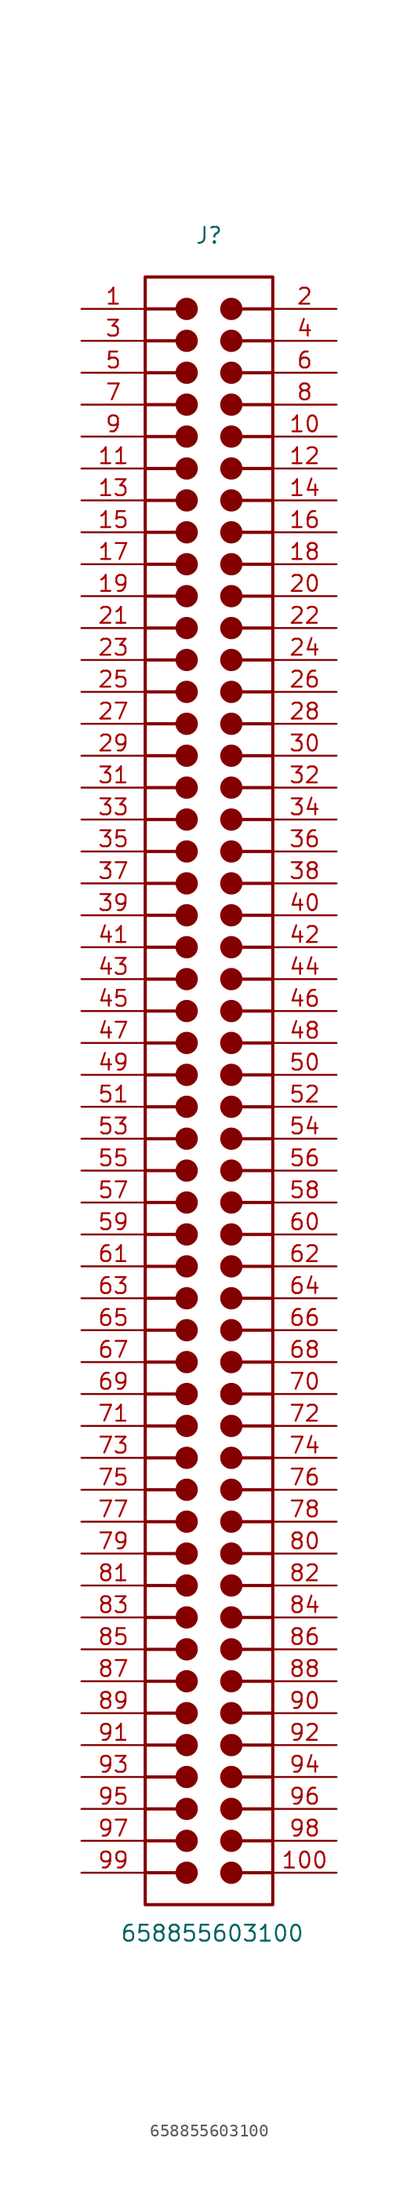
<source format=kicad_sym>
(kicad_symbol_lib
  (version 20241209)
  (generator "kicad_symbol_editor")
  (generator_version "9.0")
  (symbol "658855603100"
    (pin_names
      (hide yes))
    (property "Reference" "J"
      (at 0 66.802 0)
      (effects (font (size 1.27 1.27))))
    (property "Value" "658855603100"
      (at 0.254 -68.326 0)
      (effects (font (size 1.27 1.27))))
    (symbol "658855603100_1_1"
      (rectangle (start -5.08 63.5) (end 5.08 -66.04) (stroke (width 0.254) (type solid)) (fill (type none)))
      (polyline (pts (xy -5.08 60.96) (xy -2.54 60.96)) (stroke (width 0.254) (type solid)) (fill (type none)))
      (polyline (pts (xy -5.08 58.42) (xy -2.54 58.42)) (stroke (width 0.254) (type solid)) (fill (type none)))
      (polyline (pts (xy -5.08 55.88) (xy -2.54 55.88)) (stroke (width 0.254) (type solid)) (fill (type none)))
      (polyline (pts (xy -5.08 53.34) (xy -2.54 53.34)) (stroke (width 0.254) (type solid)) (fill (type none)))
      (polyline (pts (xy -5.08 50.8) (xy -2.54 50.8)) (stroke (width 0.254) (type solid)) (fill (type none)))
      (polyline (pts (xy -5.08 48.26) (xy -2.54 48.26)) (stroke (width 0.254) (type solid)) (fill (type none)))
      (polyline (pts (xy -5.08 45.72) (xy -2.54 45.72)) (stroke (width 0.254) (type solid)) (fill (type none)))
      (polyline (pts (xy -5.08 43.18) (xy -2.54 43.18)) (stroke (width 0.254) (type solid)) (fill (type none)))
      (polyline (pts (xy -5.08 40.64) (xy -2.54 40.64)) (stroke (width 0.254) (type solid)) (fill (type none)))
      (polyline (pts (xy -5.08 38.1) (xy -2.54 38.1)) (stroke (width 0.254) (type solid)) (fill (type none)))
      (polyline (pts (xy -5.08 35.56) (xy -2.54 35.56)) (stroke (width 0.254) (type solid)) (fill (type none)))
      (polyline (pts (xy -5.08 33.02) (xy -2.54 33.02)) (stroke (width 0.254) (type solid)) (fill (type none)))
      (polyline (pts (xy -5.08 30.48) (xy -2.54 30.48)) (stroke (width 0.254) (type solid)) (fill (type none)))
      (polyline (pts (xy -5.08 27.94) (xy -2.54 27.94)) (stroke (width 0.254) (type solid)) (fill (type none)))
      (polyline (pts (xy -5.08 25.4) (xy -2.54 25.4)) (stroke (width 0.254) (type solid)) (fill (type none)))
      (polyline (pts (xy -5.08 22.86) (xy -2.54 22.86)) (stroke (width 0.254) (type solid)) (fill (type none)))
      (polyline (pts (xy -5.08 20.32) (xy -2.54 20.32)) (stroke (width 0.254) (type solid)) (fill (type none)))
      (polyline (pts (xy -5.08 17.78) (xy -2.54 17.78)) (stroke (width 0.254) (type solid)) (fill (type none)))
      (polyline (pts (xy -5.08 15.24) (xy -2.54 15.24)) (stroke (width 0.254) (type solid)) (fill (type none)))
      (polyline (pts (xy -5.08 12.7) (xy -2.54 12.7)) (stroke (width 0.254) (type solid)) (fill (type none)))
      (polyline (pts (xy -5.08 10.16) (xy -2.54 10.16)) (stroke (width 0.254) (type solid)) (fill (type none)))
      (polyline (pts (xy -5.08 7.62) (xy -2.54 7.62)) (stroke (width 0.254) (type solid)) (fill (type none)))
      (polyline (pts (xy -5.08 5.08) (xy -2.54 5.08)) (stroke (width 0.254) (type solid)) (fill (type none)))
      (polyline (pts (xy -5.08 2.54) (xy -2.54 2.54)) (stroke (width 0.254) (type solid)) (fill (type none)))
      (polyline (pts (xy -5.08 0) (xy -2.54 0)) (stroke (width 0.254) (type solid)) (fill (type none)))
      (polyline (pts (xy -5.08 -2.54) (xy -2.54 -2.54)) (stroke (width 0.254) (type solid)) (fill (type none)))
      (polyline (pts (xy -5.08 -5.08) (xy -2.54 -5.08)) (stroke (width 0.254) (type solid)) (fill (type none)))
      (polyline (pts (xy -5.08 -7.62) (xy -2.54 -7.62)) (stroke (width 0.254) (type solid)) (fill (type none)))
      (polyline (pts (xy -5.08 -10.16) (xy -2.54 -10.16)) (stroke (width 0.254) (type solid)) (fill (type none)))
      (polyline (pts (xy -5.08 -12.7) (xy -2.54 -12.7)) (stroke (width 0.254) (type solid)) (fill (type none)))
      (polyline (pts (xy -5.08 -15.24) (xy -2.54 -15.24)) (stroke (width 0.254) (type solid)) (fill (type none)))
      (polyline (pts (xy -5.08 -17.78) (xy -2.54 -17.78)) (stroke (width 0.254) (type solid)) (fill (type none)))
      (polyline (pts (xy -5.08 -20.32) (xy -2.54 -20.32)) (stroke (width 0.254) (type solid)) (fill (type none)))
      (polyline (pts (xy -5.08 -22.86) (xy -2.54 -22.86)) (stroke (width 0.254) (type solid)) (fill (type none)))
      (polyline (pts (xy -5.08 -25.4) (xy -2.54 -25.4)) (stroke (width 0.254) (type solid)) (fill (type none)))
      (polyline (pts (xy -5.08 -27.94) (xy -2.54 -27.94)) (stroke (width 0.254) (type solid)) (fill (type none)))
      (polyline (pts (xy -5.08 -30.48) (xy -2.54 -30.48)) (stroke (width 0.254) (type solid)) (fill (type none)))
      (polyline (pts (xy -5.08 -33.02) (xy -2.54 -33.02)) (stroke (width 0.254) (type solid)) (fill (type none)))
      (polyline (pts (xy -5.08 -35.56) (xy -2.54 -35.56)) (stroke (width 0.254) (type solid)) (fill (type none)))
      (polyline (pts (xy -5.08 -38.1) (xy -2.54 -38.1)) (stroke (width 0.254) (type solid)) (fill (type none)))
      (polyline (pts (xy -5.08 -40.64) (xy -2.54 -40.64)) (stroke (width 0.254) (type solid)) (fill (type none)))
      (polyline (pts (xy -5.08 -43.18) (xy -2.54 -43.18)) (stroke (width 0.254) (type solid)) (fill (type none)))
      (polyline (pts (xy -5.08 -45.72) (xy -2.54 -45.72)) (stroke (width 0.254) (type solid)) (fill (type none)))
      (polyline (pts (xy -5.08 -48.26) (xy -2.54 -48.26)) (stroke (width 0.254) (type solid)) (fill (type none)))
      (polyline (pts (xy -5.08 -50.8) (xy -2.54 -50.8)) (stroke (width 0.254) (type solid)) (fill (type none)))
      (polyline (pts (xy -5.08 -53.34) (xy -2.54 -53.34)) (stroke (width 0.254) (type solid)) (fill (type none)))
      (polyline (pts (xy -5.08 -55.88) (xy -2.54 -55.88)) (stroke (width 0.254) (type solid)) (fill (type none)))
      (polyline (pts (xy -5.08 -58.42) (xy -2.54 -58.42)) (stroke (width 0.254) (type solid)) (fill (type none)))
      (polyline (pts (xy -5.08 -60.96) (xy -2.54 -60.96)) (stroke (width 0.254) (type solid)) (fill (type none)))
      (polyline (pts (xy -5.08 -63.5) (xy -2.54 -63.5)) (stroke (width 0.254) (type solid)) (fill (type none)))
      (circle (center -1.778 60.96) (radius 0.762) (stroke (width 0.254) (type solid)) (fill (type outline)))
      (circle (center -1.778 58.42) (radius 0.762) (stroke (width 0.254) (type solid)) (fill (type outline)))
      (circle (center -1.778 55.88) (radius 0.762) (stroke (width 0.254) (type solid)) (fill (type outline)))
      (circle (center -1.778 53.34) (radius 0.762) (stroke (width 0.254) (type solid)) (fill (type outline)))
      (circle (center -1.778 50.8) (radius 0.762) (stroke (width 0.254) (type solid)) (fill (type outline)))
      (circle (center -1.778 48.26) (radius 0.762) (stroke (width 0.254) (type solid)) (fill (type outline)))
      (circle (center -1.778 45.72) (radius 0.762) (stroke (width 0.254) (type solid)) (fill (type outline)))
      (circle (center -1.778 43.18) (radius 0.762) (stroke (width 0.254) (type solid)) (fill (type outline)))
      (circle (center -1.778 40.64) (radius 0.762) (stroke (width 0.254) (type solid)) (fill (type outline)))
      (circle (center -1.778 38.1) (radius 0.762) (stroke (width 0.254) (type solid)) (fill (type outline)))
      (circle (center -1.778 35.56) (radius 0.762) (stroke (width 0.254) (type solid)) (fill (type outline)))
      (circle (center -1.778 33.02) (radius 0.762) (stroke (width 0.254) (type solid)) (fill (type outline)))
      (circle (center -1.778 30.48) (radius 0.762) (stroke (width 0.254) (type solid)) (fill (type outline)))
      (circle (center -1.778 27.94) (radius 0.762) (stroke (width 0.254) (type solid)) (fill (type outline)))
      (circle (center -1.778 25.4) (radius 0.762) (stroke (width 0.254) (type solid)) (fill (type outline)))
      (circle (center -1.778 22.86) (radius 0.762) (stroke (width 0.254) (type solid)) (fill (type outline)))
      (circle (center -1.778 20.32) (radius 0.762) (stroke (width 0.254) (type solid)) (fill (type outline)))
      (circle (center -1.778 17.78) (radius 0.762) (stroke (width 0.254) (type solid)) (fill (type outline)))
      (circle (center -1.778 15.24) (radius 0.762) (stroke (width 0.254) (type solid)) (fill (type outline)))
      (circle (center -1.778 12.7) (radius 0.762) (stroke (width 0.254) (type solid)) (fill (type outline)))
      (circle (center -1.778 10.16) (radius 0.762) (stroke (width 0.254) (type solid)) (fill (type outline)))
      (circle (center -1.778 7.62) (radius 0.762) (stroke (width 0.254) (type solid)) (fill (type outline)))
      (circle (center -1.778 5.08) (radius 0.762) (stroke (width 0.254) (type solid)) (fill (type outline)))
      (circle (center -1.778 2.54) (radius 0.762) (stroke (width 0.254) (type solid)) (fill (type outline)))
      (circle (center -1.778 0) (radius 0.762) (stroke (width 0.254) (type solid)) (fill (type outline)))
      (circle (center -1.778 -2.54) (radius 0.762) (stroke (width 0.254) (type solid)) (fill (type outline)))
      (circle (center -1.778 -5.08) (radius 0.762) (stroke (width 0.254) (type solid)) (fill (type outline)))
      (circle (center -1.778 -7.62) (radius 0.762) (stroke (width 0.254) (type solid)) (fill (type outline)))
      (circle (center -1.778 -10.16) (radius 0.762) (stroke (width 0.254) (type solid)) (fill (type outline)))
      (circle (center -1.778 -12.7) (radius 0.762) (stroke (width 0.254) (type solid)) (fill (type outline)))
      (circle (center -1.778 -15.24) (radius 0.762) (stroke (width 0.254) (type solid)) (fill (type outline)))
      (circle (center -1.778 -17.78) (radius 0.762) (stroke (width 0.254) (type solid)) (fill (type outline)))
      (circle (center -1.778 -20.32) (radius 0.762) (stroke (width 0.254) (type solid)) (fill (type outline)))
      (circle (center -1.778 -22.86) (radius 0.762) (stroke (width 0.254) (type solid)) (fill (type outline)))
      (circle (center -1.778 -25.4) (radius 0.762) (stroke (width 0.254) (type solid)) (fill (type outline)))
      (circle (center -1.778 -27.94) (radius 0.762) (stroke (width 0.254) (type solid)) (fill (type outline)))
      (circle (center -1.778 -30.48) (radius 0.762) (stroke (width 0.254) (type solid)) (fill (type outline)))
      (circle (center -1.778 -33.02) (radius 0.762) (stroke (width 0.254) (type solid)) (fill (type outline)))
      (circle (center -1.778 -35.56) (radius 0.762) (stroke (width 0.254) (type solid)) (fill (type outline)))
      (circle (center -1.778 -38.1) (radius 0.762) (stroke (width 0.254) (type solid)) (fill (type outline)))
      (circle (center -1.778 -40.64) (radius 0.762) (stroke (width 0.254) (type solid)) (fill (type outline)))
      (circle (center -1.778 -43.18) (radius 0.762) (stroke (width 0.254) (type solid)) (fill (type outline)))
      (circle (center -1.778 -45.72) (radius 0.762) (stroke (width 0.254) (type solid)) (fill (type outline)))
      (circle (center -1.778 -48.26) (radius 0.762) (stroke (width 0.254) (type solid)) (fill (type outline)))
      (circle (center -1.778 -50.8) (radius 0.762) (stroke (width 0.254) (type solid)) (fill (type outline)))
      (circle (center -1.778 -53.34) (radius 0.762) (stroke (width 0.254) (type solid)) (fill (type outline)))
      (circle (center -1.778 -55.88) (radius 0.762) (stroke (width 0.254) (type solid)) (fill (type outline)))
      (circle (center -1.778 -58.42) (radius 0.762) (stroke (width 0.254) (type solid)) (fill (type outline)))
      (circle (center -1.778 -60.96) (radius 0.762) (stroke (width 0.254) (type solid)) (fill (type outline)))
      (circle (center -1.778 -63.5) (radius 0.762) (stroke (width 0.254) (type solid)) (fill (type outline)))
      (circle (center 1.778 60.96) (radius 0.762) (stroke (width 0.254) (type solid)) (fill (type outline)))
      (circle (center 1.778 58.42) (radius 0.762) (stroke (width 0.254) (type solid)) (fill (type outline)))
      (circle (center 1.778 55.88) (radius 0.762) (stroke (width 0.254) (type solid)) (fill (type outline)))
      (circle (center 1.778 53.34) (radius 0.762) (stroke (width 0.254) (type solid)) (fill (type outline)))
      (circle (center 1.778 50.8) (radius 0.762) (stroke (width 0.254) (type solid)) (fill (type outline)))
      (circle (center 1.778 48.26) (radius 0.762) (stroke (width 0.254) (type solid)) (fill (type outline)))
      (circle (center 1.778 45.72) (radius 0.762) (stroke (width 0.254) (type solid)) (fill (type outline)))
      (circle (center 1.778 43.18) (radius 0.762) (stroke (width 0.254) (type solid)) (fill (type outline)))
      (circle (center 1.778 40.64) (radius 0.762) (stroke (width 0.254) (type solid)) (fill (type outline)))
      (circle (center 1.778 38.1) (radius 0.762) (stroke (width 0.254) (type solid)) (fill (type outline)))
      (circle (center 1.778 35.56) (radius 0.762) (stroke (width 0.254) (type solid)) (fill (type outline)))
      (circle (center 1.778 33.02) (radius 0.762) (stroke (width 0.254) (type solid)) (fill (type outline)))
      (circle (center 1.778 30.48) (radius 0.762) (stroke (width 0.254) (type solid)) (fill (type outline)))
      (circle (center 1.778 27.94) (radius 0.762) (stroke (width 0.254) (type solid)) (fill (type outline)))
      (circle (center 1.778 25.4) (radius 0.762) (stroke (width 0.254) (type solid)) (fill (type outline)))
      (circle (center 1.778 22.86) (radius 0.762) (stroke (width 0.254) (type solid)) (fill (type outline)))
      (circle (center 1.778 20.32) (radius 0.762) (stroke (width 0.254) (type solid)) (fill (type outline)))
      (circle (center 1.778 17.78) (radius 0.762) (stroke (width 0.254) (type solid)) (fill (type outline)))
      (circle (center 1.778 15.24) (radius 0.762) (stroke (width 0.254) (type solid)) (fill (type outline)))
      (circle (center 1.778 12.7) (radius 0.762) (stroke (width 0.254) (type solid)) (fill (type outline)))
      (circle (center 1.778 10.16) (radius 0.762) (stroke (width 0.254) (type solid)) (fill (type outline)))
      (circle (center 1.778 7.62) (radius 0.762) (stroke (width 0.254) (type solid)) (fill (type outline)))
      (circle (center 1.778 5.08) (radius 0.762) (stroke (width 0.254) (type solid)) (fill (type outline)))
      (circle (center 1.778 2.54) (radius 0.762) (stroke (width 0.254) (type solid)) (fill (type outline)))
      (circle (center 1.778 0) (radius 0.762) (stroke (width 0.254) (type solid)) (fill (type outline)))
      (circle (center 1.778 -2.54) (radius 0.762) (stroke (width 0.254) (type solid)) (fill (type outline)))
      (circle (center 1.778 -5.08) (radius 0.762) (stroke (width 0.254) (type solid)) (fill (type outline)))
      (circle (center 1.778 -7.62) (radius 0.762) (stroke (width 0.254) (type solid)) (fill (type outline)))
      (circle (center 1.778 -10.16) (radius 0.762) (stroke (width 0.254) (type solid)) (fill (type outline)))
      (circle (center 1.778 -12.7) (radius 0.762) (stroke (width 0.254) (type solid)) (fill (type outline)))
      (circle (center 1.778 -15.24) (radius 0.762) (stroke (width 0.254) (type solid)) (fill (type outline)))
      (circle (center 1.778 -17.78) (radius 0.762) (stroke (width 0.254) (type solid)) (fill (type outline)))
      (circle (center 1.778 -20.32) (radius 0.762) (stroke (width 0.254) (type solid)) (fill (type outline)))
      (circle (center 1.778 -22.86) (radius 0.762) (stroke (width 0.254) (type solid)) (fill (type outline)))
      (circle (center 1.778 -25.4) (radius 0.762) (stroke (width 0.254) (type solid)) (fill (type outline)))
      (circle (center 1.778 -27.94) (radius 0.762) (stroke (width 0.254) (type solid)) (fill (type outline)))
      (circle (center 1.778 -30.48) (radius 0.762) (stroke (width 0.254) (type solid)) (fill (type outline)))
      (circle (center 1.778 -33.02) (radius 0.762) (stroke (width 0.254) (type solid)) (fill (type outline)))
      (circle (center 1.778 -35.56) (radius 0.762) (stroke (width 0.254) (type solid)) (fill (type outline)))
      (circle (center 1.778 -38.1) (radius 0.762) (stroke (width 0.254) (type solid)) (fill (type outline)))
      (circle (center 1.778 -40.64) (radius 0.762) (stroke (width 0.254) (type solid)) (fill (type outline)))
      (circle (center 1.778 -43.18) (radius 0.762) (stroke (width 0.254) (type solid)) (fill (type outline)))
      (circle (center 1.778 -45.72) (radius 0.762) (stroke (width 0.254) (type solid)) (fill (type outline)))
      (circle (center 1.778 -48.26) (radius 0.762) (stroke (width 0.254) (type solid)) (fill (type outline)))
      (circle (center 1.778 -50.8) (radius 0.762) (stroke (width 0.254) (type solid)) (fill (type outline)))
      (circle (center 1.778 -53.34) (radius 0.762) (stroke (width 0.254) (type solid)) (fill (type outline)))
      (circle (center 1.778 -55.88) (radius 0.762) (stroke (width 0.254) (type solid)) (fill (type outline)))
      (circle (center 1.778 -58.42) (radius 0.762) (stroke (width 0.254) (type solid)) (fill (type outline)))
      (circle (center 1.778 -60.96) (radius 0.762) (stroke (width 0.254) (type solid)) (fill (type outline)))
      (circle (center 1.778 -63.5) (radius 0.762) (stroke (width 0.254) (type solid)) (fill (type outline)))
      (polyline (pts (xy 5.08 60.96) (xy 2.54 60.96)) (stroke (width 0.254) (type solid)) (fill (type none)))
      (polyline (pts (xy 5.08 58.42) (xy 2.54 58.42)) (stroke (width 0.254) (type solid)) (fill (type none)))
      (polyline (pts (xy 5.08 55.88) (xy 2.54 55.88)) (stroke (width 0.254) (type solid)) (fill (type none)))
      (polyline (pts (xy 5.08 53.34) (xy 2.54 53.34)) (stroke (width 0.254) (type solid)) (fill (type none)))
      (polyline (pts (xy 5.08 50.8) (xy 2.54 50.8)) (stroke (width 0.254) (type solid)) (fill (type none)))
      (polyline (pts (xy 5.08 48.26) (xy 2.54 48.26)) (stroke (width 0.254) (type solid)) (fill (type none)))
      (polyline (pts (xy 5.08 45.72) (xy 2.54 45.72)) (stroke (width 0.254) (type solid)) (fill (type none)))
      (polyline (pts (xy 5.08 43.18) (xy 2.54 43.18)) (stroke (width 0.254) (type solid)) (fill (type none)))
      (polyline (pts (xy 5.08 40.64) (xy 2.54 40.64)) (stroke (width 0.254) (type solid)) (fill (type none)))
      (polyline (pts (xy 5.08 38.1) (xy 2.54 38.1)) (stroke (width 0.254) (type solid)) (fill (type none)))
      (polyline (pts (xy 5.08 35.56) (xy 2.54 35.56)) (stroke (width 0.254) (type solid)) (fill (type none)))
      (polyline (pts (xy 5.08 33.02) (xy 2.54 33.02)) (stroke (width 0.254) (type solid)) (fill (type none)))
      (polyline (pts (xy 5.08 30.48) (xy 2.54 30.48)) (stroke (width 0.254) (type solid)) (fill (type none)))
      (polyline (pts (xy 5.08 27.94) (xy 2.54 27.94)) (stroke (width 0.254) (type solid)) (fill (type none)))
      (polyline (pts (xy 5.08 25.4) (xy 2.54 25.4)) (stroke (width 0.254) (type solid)) (fill (type none)))
      (polyline (pts (xy 5.08 22.86) (xy 2.54 22.86)) (stroke (width 0.254) (type solid)) (fill (type none)))
      (polyline (pts (xy 5.08 20.32) (xy 2.54 20.32)) (stroke (width 0.254) (type solid)) (fill (type none)))
      (polyline (pts (xy 5.08 17.78) (xy 2.54 17.78)) (stroke (width 0.254) (type solid)) (fill (type none)))
      (polyline (pts (xy 5.08 15.24) (xy 2.54 15.24)) (stroke (width 0.254) (type solid)) (fill (type none)))
      (polyline (pts (xy 5.08 12.7) (xy 2.54 12.7)) (stroke (width 0.254) (type solid)) (fill (type none)))
      (polyline (pts (xy 5.08 10.16) (xy 2.54 10.16)) (stroke (width 0.254) (type solid)) (fill (type none)))
      (polyline (pts (xy 5.08 7.62) (xy 2.54 7.62)) (stroke (width 0.254) (type solid)) (fill (type none)))
      (polyline (pts (xy 5.08 5.08) (xy 2.54 5.08)) (stroke (width 0.254) (type solid)) (fill (type none)))
      (polyline (pts (xy 5.08 2.54) (xy 2.54 2.54)) (stroke (width 0.254) (type solid)) (fill (type none)))
      (polyline (pts (xy 5.08 0) (xy 2.54 0)) (stroke (width 0.254) (type solid)) (fill (type none)))
      (polyline (pts (xy 5.08 -2.54) (xy 2.54 -2.54)) (stroke (width 0.254) (type solid)) (fill (type none)))
      (polyline (pts (xy 5.08 -5.08) (xy 2.54 -5.08)) (stroke (width 0.254) (type solid)) (fill (type none)))
      (polyline (pts (xy 5.08 -7.62) (xy 2.54 -7.62)) (stroke (width 0.254) (type solid)) (fill (type none)))
      (polyline (pts (xy 5.08 -10.16) (xy 2.54 -10.16)) (stroke (width 0.254) (type solid)) (fill (type none)))
      (polyline (pts (xy 5.08 -12.7) (xy 2.54 -12.7)) (stroke (width 0.254) (type solid)) (fill (type none)))
      (polyline (pts (xy 5.08 -15.24) (xy 2.54 -15.24)) (stroke (width 0.254) (type solid)) (fill (type none)))
      (polyline (pts (xy 5.08 -17.78) (xy 2.54 -17.78)) (stroke (width 0.254) (type solid)) (fill (type none)))
      (polyline (pts (xy 5.08 -20.32) (xy 2.54 -20.32)) (stroke (width 0.254) (type solid)) (fill (type none)))
      (polyline (pts (xy 5.08 -22.86) (xy 2.54 -22.86)) (stroke (width 0.254) (type solid)) (fill (type none)))
      (polyline (pts (xy 5.08 -25.4) (xy 2.54 -25.4)) (stroke (width 0.254) (type solid)) (fill (type none)))
      (polyline (pts (xy 5.08 -27.94) (xy 2.54 -27.94)) (stroke (width 0.254) (type solid)) (fill (type none)))
      (polyline (pts (xy 5.08 -30.48) (xy 2.54 -30.48)) (stroke (width 0.254) (type solid)) (fill (type none)))
      (polyline (pts (xy 5.08 -33.02) (xy 2.54 -33.02)) (stroke (width 0.254) (type solid)) (fill (type none)))
      (polyline (pts (xy 5.08 -35.56) (xy 2.54 -35.56)) (stroke (width 0.254) (type solid)) (fill (type none)))
      (polyline (pts (xy 5.08 -38.1) (xy 2.54 -38.1)) (stroke (width 0.254) (type solid)) (fill (type none)))
      (polyline (pts (xy 5.08 -40.64) (xy 2.54 -40.64)) (stroke (width 0.254) (type solid)) (fill (type none)))
      (polyline (pts (xy 5.08 -43.18) (xy 2.54 -43.18)) (stroke (width 0.254) (type solid)) (fill (type none)))
      (polyline (pts (xy 5.08 -45.72) (xy 2.54 -45.72)) (stroke (width 0.254) (type solid)) (fill (type none)))
      (polyline (pts (xy 5.08 -48.26) (xy 2.54 -48.26)) (stroke (width 0.254) (type solid)) (fill (type none)))
      (polyline (pts (xy 5.08 -50.8) (xy 2.54 -50.8)) (stroke (width 0.254) (type solid)) (fill (type none)))
      (polyline (pts (xy 5.08 -53.34) (xy 2.54 -53.34)) (stroke (width 0.254) (type solid)) (fill (type none)))
      (polyline (pts (xy 5.08 -55.88) (xy 2.54 -55.88)) (stroke (width 0.254) (type solid)) (fill (type none)))
      (polyline (pts (xy 5.08 -58.42) (xy 2.54 -58.42)) (stroke (width 0.254) (type solid)) (fill (type none)))
      (polyline (pts (xy 5.08 -60.96) (xy 2.54 -60.96)) (stroke (width 0.254) (type solid)) (fill (type none)))
      (polyline (pts (xy 5.08 -63.5) (xy 2.54 -63.5)) (stroke (width 0.254) (type solid)) (fill (type none)))
      (pin passive line (at -10.16 60.96 0) (length 5.08) (name "1" (effects (font (size 1.27 1.27)))) (number "1" (effects (font (size 1.27 1.27)))))
      (pin passive line (at -10.16 58.42 0) (length 5.08) (name "3" (effects (font (size 1.27 1.27)))) (number "3" (effects (font (size 1.27 1.27)))))
      (pin passive line (at -10.16 55.88 0) (length 5.08) (name "5" (effects (font (size 1.27 1.27)))) (number "5" (effects (font (size 1.27 1.27)))))
      (pin passive line (at -10.16 53.34 0) (length 5.08) (name "7" (effects (font (size 1.27 1.27)))) (number "7" (effects (font (size 1.27 1.27)))))
      (pin passive line (at -10.16 50.8 0) (length 5.08) (name "9" (effects (font (size 1.27 1.27)))) (number "9" (effects (font (size 1.27 1.27)))))
      (pin passive line (at -10.16 48.26 0) (length 5.08) (name "11" (effects (font (size 1.27 1.27)))) (number "11" (effects (font (size 1.27 1.27)))))
      (pin passive line (at -10.16 45.72 0) (length 5.08) (name "13" (effects (font (size 1.27 1.27)))) (number "13" (effects (font (size 1.27 1.27)))))
      (pin passive line (at -10.16 43.18 0) (length 5.08) (name "15" (effects (font (size 1.27 1.27)))) (number "15" (effects (font (size 1.27 1.27)))))
      (pin passive line (at -10.16 40.64 0) (length 5.08) (name "17" (effects (font (size 1.27 1.27)))) (number "17" (effects (font (size 1.27 1.27)))))
      (pin passive line (at -10.16 38.1 0) (length 5.08) (name "19" (effects (font (size 1.27 1.27)))) (number "19" (effects (font (size 1.27 1.27)))))
      (pin passive line (at -10.16 35.56 0) (length 5.08) (name "21" (effects (font (size 1.27 1.27)))) (number "21" (effects (font (size 1.27 1.27)))))
      (pin passive line (at -10.16 33.02 0) (length 5.08) (name "23" (effects (font (size 1.27 1.27)))) (number "23" (effects (font (size 1.27 1.27)))))
      (pin passive line (at -10.16 30.48 0) (length 5.08) (name "25" (effects (font (size 1.27 1.27)))) (number "25" (effects (font (size 1.27 1.27)))))
      (pin passive line (at -10.16 27.94 0) (length 5.08) (name "27" (effects (font (size 1.27 1.27)))) (number "27" (effects (font (size 1.27 1.27)))))
      (pin passive line (at -10.16 25.4 0) (length 5.08) (name "29" (effects (font (size 1.27 1.27)))) (number "29" (effects (font (size 1.27 1.27)))))
      (pin passive line (at -10.16 22.86 0) (length 5.08) (name "31" (effects (font (size 1.27 1.27)))) (number "31" (effects (font (size 1.27 1.27)))))
      (pin passive line (at -10.16 20.32 0) (length 5.08) (name "33" (effects (font (size 1.27 1.27)))) (number "33" (effects (font (size 1.27 1.27)))))
      (pin passive line (at -10.16 17.78 0) (length 5.08) (name "35" (effects (font (size 1.27 1.27)))) (number "35" (effects (font (size 1.27 1.27)))))
      (pin passive line (at -10.16 15.24 0) (length 5.08) (name "37" (effects (font (size 1.27 1.27)))) (number "37" (effects (font (size 1.27 1.27)))))
      (pin passive line (at -10.16 12.7 0) (length 5.08) (name "39" (effects (font (size 1.27 1.27)))) (number "39" (effects (font (size 1.27 1.27)))))
      (pin passive line (at -10.16 10.16 0) (length 5.08) (name "41" (effects (font (size 1.27 1.27)))) (number "41" (effects (font (size 1.27 1.27)))))
      (pin passive line (at -10.16 7.62 0) (length 5.08) (name "43" (effects (font (size 1.27 1.27)))) (number "43" (effects (font (size 1.27 1.27)))))
      (pin passive line (at -10.16 5.08 0) (length 5.08) (name "45" (effects (font (size 1.27 1.27)))) (number "45" (effects (font (size 1.27 1.27)))))
      (pin passive line (at -10.16 2.54 0) (length 5.08) (name "47" (effects (font (size 1.27 1.27)))) (number "47" (effects (font (size 1.27 1.27)))))
      (pin passive line (at -10.16 0 0) (length 5.08) (name "49" (effects (font (size 1.27 1.27)))) (number "49" (effects (font (size 1.27 1.27)))))
      (pin passive line (at -10.16 -2.54 0) (length 5.08) (name "51" (effects (font (size 1.27 1.27)))) (number "51" (effects (font (size 1.27 1.27)))))
      (pin passive line (at -10.16 -5.08 0) (length 5.08) (name "53" (effects (font (size 1.27 1.27)))) (number "53" (effects (font (size 1.27 1.27)))))
      (pin passive line (at -10.16 -7.62 0) (length 5.08) (name "55" (effects (font (size 1.27 1.27)))) (number "55" (effects (font (size 1.27 1.27)))))
      (pin passive line (at -10.16 -10.16 0) (length 5.08) (name "57" (effects (font (size 1.27 1.27)))) (number "57" (effects (font (size 1.27 1.27)))))
      (pin passive line (at -10.16 -12.7 0) (length 5.08) (name "59" (effects (font (size 1.27 1.27)))) (number "59" (effects (font (size 1.27 1.27)))))
      (pin passive line (at -10.16 -15.24 0) (length 5.08) (name "61" (effects (font (size 1.27 1.27)))) (number "61" (effects (font (size 1.27 1.27)))))
      (pin passive line (at -10.16 -17.78 0) (length 5.08) (name "63" (effects (font (size 1.27 1.27)))) (number "63" (effects (font (size 1.27 1.27)))))
      (pin passive line (at -10.16 -20.32 0) (length 5.08) (name "65" (effects (font (size 1.27 1.27)))) (number "65" (effects (font (size 1.27 1.27)))))
      (pin passive line (at -10.16 -22.86 0) (length 5.08) (name "67" (effects (font (size 1.27 1.27)))) (number "67" (effects (font (size 1.27 1.27)))))
      (pin passive line (at -10.16 -25.4 0) (length 5.08) (name "69" (effects (font (size 1.27 1.27)))) (number "69" (effects (font (size 1.27 1.27)))))
      (pin passive line (at -10.16 -27.94 0) (length 5.08) (name "71" (effects (font (size 1.27 1.27)))) (number "71" (effects (font (size 1.27 1.27)))))
      (pin passive line (at -10.16 -30.48 0) (length 5.08) (name "73" (effects (font (size 1.27 1.27)))) (number "73" (effects (font (size 1.27 1.27)))))
      (pin passive line (at -10.16 -33.02 0) (length 5.08) (name "75" (effects (font (size 1.27 1.27)))) (number "75" (effects (font (size 1.27 1.27)))))
      (pin passive line (at -10.16 -35.56 0) (length 5.08) (name "77" (effects (font (size 1.27 1.27)))) (number "77" (effects (font (size 1.27 1.27)))))
      (pin passive line (at -10.16 -38.1 0) (length 5.08) (name "79" (effects (font (size 1.27 1.27)))) (number "79" (effects (font (size 1.27 1.27)))))
      (pin passive line (at -10.16 -40.64 0) (length 5.08) (name "81" (effects (font (size 1.27 1.27)))) (number "81" (effects (font (size 1.27 1.27)))))
      (pin passive line (at -10.16 -43.18 0) (length 5.08) (name "83" (effects (font (size 1.27 1.27)))) (number "83" (effects (font (size 1.27 1.27)))))
      (pin passive line (at -10.16 -45.72 0) (length 5.08) (name "85" (effects (font (size 1.27 1.27)))) (number "85" (effects (font (size 1.27 1.27)))))
      (pin passive line (at -10.16 -48.26 0) (length 5.08) (name "87" (effects (font (size 1.27 1.27)))) (number "87" (effects (font (size 1.27 1.27)))))
      (pin passive line (at -10.16 -50.8 0) (length 5.08) (name "89" (effects (font (size 1.27 1.27)))) (number "89" (effects (font (size 1.27 1.27)))))
      (pin passive line (at -10.16 -53.34 0) (length 5.08) (name "91" (effects (font (size 1.27 1.27)))) (number "91" (effects (font (size 1.27 1.27)))))
      (pin passive line (at -10.16 -55.88 0) (length 5.08) (name "93" (effects (font (size 1.27 1.27)))) (number "93" (effects (font (size 1.27 1.27)))))
      (pin passive line (at -10.16 -58.42 0) (length 5.08) (name "95" (effects (font (size 1.27 1.27)))) (number "95" (effects (font (size 1.27 1.27)))))
      (pin passive line (at -10.16 -60.96 0) (length 5.08) (name "97" (effects (font (size 1.27 1.27)))) (number "97" (effects (font (size 1.27 1.27)))))
      (pin passive line (at -10.16 -63.5 0) (length 5.08) (name "99" (effects (font (size 1.27 1.27)))) (number "99" (effects (font (size 1.27 1.27)))))
      (pin passive line (at 10.16 60.96 180) (length 5.08) (name "2" (effects (font (size 1.27 1.27)))) (number "2" (effects (font (size 1.27 1.27)))))
      (pin passive line (at 10.16 58.42 180) (length 5.08) (name "4" (effects (font (size 1.27 1.27)))) (number "4" (effects (font (size 1.27 1.27)))))
      (pin passive line (at 10.16 55.88 180) (length 5.08) (name "6" (effects (font (size 1.27 1.27)))) (number "6" (effects (font (size 1.27 1.27)))))
      (pin passive line (at 10.16 53.34 180) (length 5.08) (name "8" (effects (font (size 1.27 1.27)))) (number "8" (effects (font (size 1.27 1.27)))))
      (pin passive line (at 10.16 50.8 180) (length 5.08) (name "10" (effects (font (size 1.27 1.27)))) (number "10" (effects (font (size 1.27 1.27)))))
      (pin passive line (at 10.16 48.26 180) (length 5.08) (name "12" (effects (font (size 1.27 1.27)))) (number "12" (effects (font (size 1.27 1.27)))))
      (pin passive line (at 10.16 45.72 180) (length 5.08) (name "14" (effects (font (size 1.27 1.27)))) (number "14" (effects (font (size 1.27 1.27)))))
      (pin passive line (at 10.16 43.18 180) (length 5.08) (name "16" (effects (font (size 1.27 1.27)))) (number "16" (effects (font (size 1.27 1.27)))))
      (pin passive line (at 10.16 40.64 180) (length 5.08) (name "18" (effects (font (size 1.27 1.27)))) (number "18" (effects (font (size 1.27 1.27)))))
      (pin passive line (at 10.16 38.1 180) (length 5.08) (name "20" (effects (font (size 1.27 1.27)))) (number "20" (effects (font (size 1.27 1.27)))))
      (pin passive line (at 10.16 35.56 180) (length 5.08) (name "22" (effects (font (size 1.27 1.27)))) (number "22" (effects (font (size 1.27 1.27)))))
      (pin passive line (at 10.16 33.02 180) (length 5.08) (name "24" (effects (font (size 1.27 1.27)))) (number "24" (effects (font (size 1.27 1.27)))))
      (pin passive line (at 10.16 30.48 180) (length 5.08) (name "1" (effects (font (size 1.27 1.27)))) (number "26" (effects (font (size 1.27 1.27)))))
      (pin passive line (at 10.16 27.94 180) (length 5.08) (name "28" (effects (font (size 1.27 1.27)))) (number "28" (effects (font (size 1.27 1.27)))))
      (pin passive line (at 10.16 25.4 180) (length 5.08) (name "30" (effects (font (size 1.27 1.27)))) (number "30" (effects (font (size 1.27 1.27)))))
      (pin passive line (at 10.16 22.86 180) (length 5.08) (name "32" (effects (font (size 1.27 1.27)))) (number "32" (effects (font (size 1.27 1.27)))))
      (pin passive line (at 10.16 20.32 180) (length 5.08) (name "34" (effects (font (size 1.27 1.27)))) (number "34" (effects (font (size 1.27 1.27)))))
      (pin passive line (at 10.16 17.78 180) (length 5.08) (name "36" (effects (font (size 1.27 1.27)))) (number "36" (effects (font (size 1.27 1.27)))))
      (pin passive line (at 10.16 15.24 180) (length 5.08) (name "38" (effects (font (size 1.27 1.27)))) (number "38" (effects (font (size 1.27 1.27)))))
      (pin passive line (at 10.16 12.7 180) (length 5.08) (name "40" (effects (font (size 1.27 1.27)))) (number "40" (effects (font (size 1.27 1.27)))))
      (pin passive line (at 10.16 10.16 180) (length 5.08) (name "42" (effects (font (size 1.27 1.27)))) (number "42" (effects (font (size 1.27 1.27)))))
      (pin passive line (at 10.16 7.62 180) (length 5.08) (name "44" (effects (font (size 1.27 1.27)))) (number "44" (effects (font (size 1.27 1.27)))))
      (pin passive line (at 10.16 5.08 180) (length 5.08) (name "46" (effects (font (size 1.27 1.27)))) (number "46" (effects (font (size 1.27 1.27)))))
      (pin passive line (at 10.16 2.54 180) (length 5.08) (name "48" (effects (font (size 1.27 1.27)))) (number "48" (effects (font (size 1.27 1.27)))))
      (pin passive line (at 10.16 0 180) (length 5.08) (name "50" (effects (font (size 1.27 1.27)))) (number "50" (effects (font (size 1.27 1.27)))))
      (pin passive line (at 10.16 -2.54 180) (length 5.08) (name "52" (effects (font (size 1.27 1.27)))) (number "52" (effects (font (size 1.27 1.27)))))
      (pin passive line (at 10.16 -5.08 180) (length 5.08) (name "54" (effects (font (size 1.27 1.27)))) (number "54" (effects (font (size 1.27 1.27)))))
      (pin passive line (at 10.16 -7.62 180) (length 5.08) (name "56" (effects (font (size 1.27 1.27)))) (number "56" (effects (font (size 1.27 1.27)))))
      (pin passive line (at 10.16 -10.16 180) (length 5.08) (name "58" (effects (font (size 1.27 1.27)))) (number "58" (effects (font (size 1.27 1.27)))))
      (pin passive line (at 10.16 -12.7 180) (length 5.08) (name "60" (effects (font (size 1.27 1.27)))) (number "60" (effects (font (size 1.27 1.27)))))
      (pin passive line (at 10.16 -15.24 180) (length 5.08) (name "62" (effects (font (size 1.27 1.27)))) (number "62" (effects (font (size 1.27 1.27)))))
      (pin passive line (at 10.16 -17.78 180) (length 5.08) (name "64" (effects (font (size 1.27 1.27)))) (number "64" (effects (font (size 1.27 1.27)))))
      (pin passive line (at 10.16 -20.32 180) (length 5.08) (name "66" (effects (font (size 1.27 1.27)))) (number "66" (effects (font (size 1.27 1.27)))))
      (pin passive line (at 10.16 -22.86 180) (length 5.08) (name "68" (effects (font (size 1.27 1.27)))) (number "68" (effects (font (size 1.27 1.27)))))
      (pin passive line (at 10.16 -25.4 180) (length 5.08) (name "70" (effects (font (size 1.27 1.27)))) (number "70" (effects (font (size 1.27 1.27)))))
      (pin passive line (at 10.16 -27.94 180) (length 5.08) (name "72" (effects (font (size 1.27 1.27)))) (number "72" (effects (font (size 1.27 1.27)))))
      (pin passive line (at 10.16 -30.48 180) (length 5.08) (name "74" (effects (font (size 1.27 1.27)))) (number "74" (effects (font (size 1.27 1.27)))))
      (pin passive line (at 10.16 -33.02 180) (length 5.08) (name "76" (effects (font (size 1.27 1.27)))) (number "76" (effects (font (size 1.27 1.27)))))
      (pin passive line (at 10.16 -35.56 180) (length 5.08) (name "78" (effects (font (size 1.27 1.27)))) (number "78" (effects (font (size 1.27 1.27)))))
      (pin passive line (at 10.16 -38.1 180) (length 5.08) (name "80" (effects (font (size 1.27 1.27)))) (number "80" (effects (font (size 1.27 1.27)))))
      (pin passive line (at 10.16 -40.64 180) (length 5.08) (name "82" (effects (font (size 1.27 1.27)))) (number "82" (effects (font (size 1.27 1.27)))))
      (pin passive line (at 10.16 -43.18 180) (length 5.08) (name "84" (effects (font (size 1.27 1.27)))) (number "84" (effects (font (size 1.27 1.27)))))
      (pin passive line (at 10.16 -45.72 180) (length 5.08) (name "86" (effects (font (size 1.27 1.27)))) (number "86" (effects (font (size 1.27 1.27)))))
      (pin passive line (at 10.16 -48.26 180) (length 5.08) (name "88" (effects (font (size 1.27 1.27)))) (number "88" (effects (font (size 1.27 1.27)))))
      (pin passive line (at 10.16 -50.8 180) (length 5.08) (name "90" (effects (font (size 1.27 1.27)))) (number "90" (effects (font (size 1.27 1.27)))))
      (pin passive line (at 10.16 -53.34 180) (length 5.08) (name "92" (effects (font (size 1.27 1.27)))) (number "92" (effects (font (size 1.27 1.27)))))
      (pin passive line (at 10.16 -55.88 180) (length 5.08) (name "94" (effects (font (size 1.27 1.27)))) (number "94" (effects (font (size 1.27 1.27)))))
      (pin passive line (at 10.16 -58.42 180) (length 5.08) (name "96" (effects (font (size 1.27 1.27)))) (number "96" (effects (font (size 1.27 1.27)))))
      (pin passive line (at 10.16 -60.96 180) (length 5.08) (name "98" (effects (font (size 1.27 1.27)))) (number "98" (effects (font (size 1.27 1.27)))))
      (pin passive line (at 10.16 -63.5 180) (length 5.08) (name "100" (effects (font (size 1.27 1.27)))) (number "100" (effects (font (size 1.27 1.27))))))))
</source>
